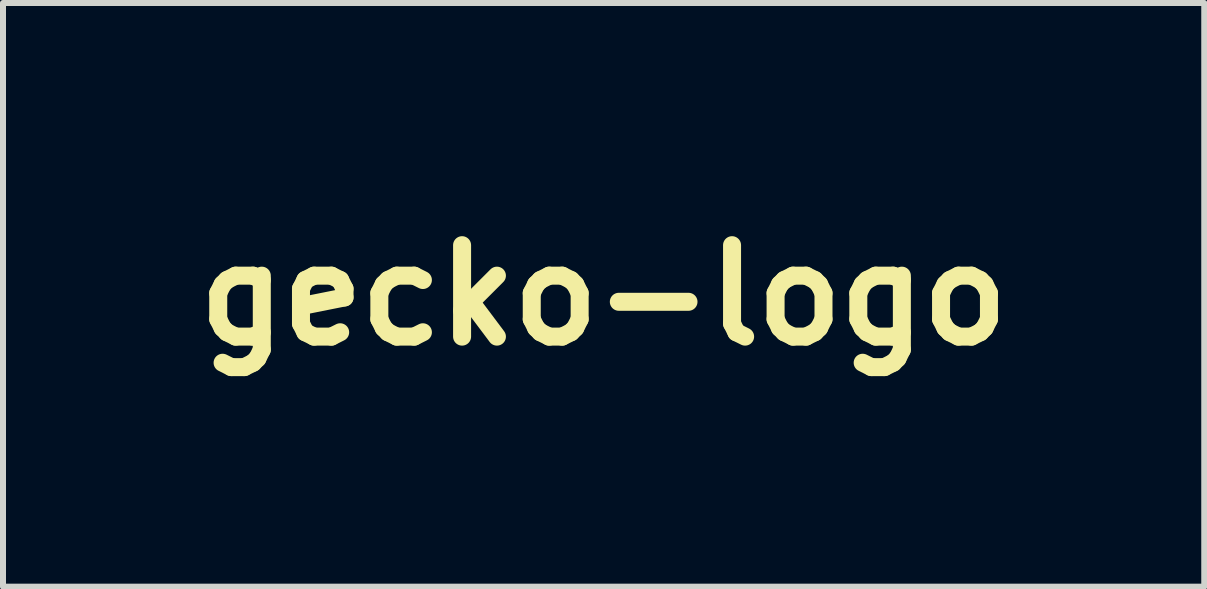
<source format=kicad_pcb>
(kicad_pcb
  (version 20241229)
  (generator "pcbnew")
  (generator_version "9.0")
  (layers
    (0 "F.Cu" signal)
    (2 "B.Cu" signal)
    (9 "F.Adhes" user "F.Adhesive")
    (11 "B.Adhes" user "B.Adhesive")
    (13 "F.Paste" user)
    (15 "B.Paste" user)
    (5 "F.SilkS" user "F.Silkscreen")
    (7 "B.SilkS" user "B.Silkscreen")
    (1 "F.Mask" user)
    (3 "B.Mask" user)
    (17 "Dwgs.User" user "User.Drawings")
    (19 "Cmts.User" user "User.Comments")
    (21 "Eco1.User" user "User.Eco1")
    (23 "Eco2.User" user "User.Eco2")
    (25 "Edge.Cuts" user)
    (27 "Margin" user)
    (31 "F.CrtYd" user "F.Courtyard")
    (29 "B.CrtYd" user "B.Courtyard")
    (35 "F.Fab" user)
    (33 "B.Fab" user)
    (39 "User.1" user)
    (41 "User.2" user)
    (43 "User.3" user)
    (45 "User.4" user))
  (footprint "gecko-logo"
    (layer "F.Cu")
    (at 7.01 1.871)
    (property "Reference" "gecko-logo" (at 0 0 0) (layer "F.SilkS") (effects (font (size 1.524 1.524) (thickness 0.3))))
    (attr through_hole)
    (fp_poly (pts (xy 0.601 -1.846) (xy 0.63 -1.801) (xy 0.661 -1.732) (xy 0.674 -1.697) (xy 0.697 -1.64) (xy 0.718 -1.594) (xy 0.735 -1.562) (xy 0.746 -1.549) (xy 0.746 -1.549) (xy 0.758 -1.538) (xy 0.762 -1.507) (xy 0.762 -1.505) (xy 0.767 -1.463) (xy 0.779 -1.418) (xy 0.782 -1.412) (xy 0.79 -1.388) (xy 0.794 -1.363) (xy 0.795 -1.332) (xy 0.791 -1.288) (xy 0.784 -1.226) (xy 0.783 -1.219) (xy 0.764 -1.075) (xy 0.905 -0.89) (xy 0.95 -0.831) (xy 0.989 -0.779) (xy 1.021 -0.738) (xy 1.042 -0.71) (xy 1.05 -0.7) (xy 1.064 -0.7) (xy 1.096 -0.707) (xy 1.139 -0.719) (xy 1.189 -0.734) (xy 1.239 -0.75) (xy 1.282 -0.765) (xy 1.314 -0.779) (xy 1.325 -0.786) (xy 1.346 -0.811) (xy 1.371 -0.852) (xy 1.396 -0.901) (xy 1.417 -0.949) (xy 1.432 -0.989) (xy 1.435 -1.01) (xy 1.443 -1.038) (xy 1.463 -1.052) (xy 1.486 -1.046) (xy 1.49 -1.043) (xy 1.498 -1.025) (xy 1.489 -1.003) (xy 1.479 -0.976) (xy 1.474 -0.935) (xy 1.473 -0.915) (xy 1.477 -0.872) (xy 1.49 -0.848) (xy 1.514 -0.843) (xy 1.551 -0.857) (xy 1.602 -0.888) (xy 1.647 -0.917) (xy 1.675 -0.933) (xy 1.692 -0.937) (xy 1.701 -0.931) (xy 1.707 -0.92) (xy 1.709 -0.892) (xy 1.689 -0.878) (xy 1.677 -0.876) (xy 1.654 -0.866) (xy 1.627 -0.841) (xy 1.601 -0.808) (xy 1.582 -0.776) (xy 1.577 -0.753) (xy 1.591 -0.734) (xy 1.619 -0.714) (xy 1.653 -0.697) (xy 1.686 -0.686) (xy 1.708 -0.686) (xy 1.71 -0.687) (xy 1.732 -0.693) (xy 1.754 -0.686) (xy 1.765 -0.669) (xy 1.765 -0.669) (xy 1.757 -0.639) (xy 1.736 -0.628) (xy 1.717 -0.634) (xy 1.685 -0.644) (xy 1.644 -0.648) (xy 1.603 -0.647) (xy 1.57 -0.64) (xy 1.554 -0.628) (xy 1.558 -0.608) (xy 1.576 -0.58) (xy 1.602 -0.55) (xy 1.63 -0.524) (xy 1.654 -0.509) (xy 1.661 -0.508) (xy 1.674 -0.499) (xy 1.674 -0.479) (xy 1.664 -0.459) (xy 1.647 -0.447) (xy 1.647 -0.447) (xy 1.625 -0.453) (xy 1.617 -0.467) (xy 1.603 -0.483) (xy 1.571 -0.506) (xy 1.528 -0.531) (xy 1.479 -0.555) (xy 1.43 -0.577) (xy 1.388 -0.591) (xy 1.359 -0.597) (xy 1.335 -0.595) (xy 1.292 -0.59) (xy 1.234 -0.583) (xy 1.169 -0.573) (xy 1.146 -0.57) (xy 1.081 -0.561) (xy 1.026 -0.553) (xy 0.985 -0.549) (xy 0.963 -0.547) (xy 0.961 -0.548) (xy 0.953 -0.56) (xy 0.934 -0.589) (xy 0.907 -0.632) (xy 0.875 -0.685) (xy 0.864 -0.702) (xy 0.83 -0.756) (xy 0.801 -0.8) (xy 0.78 -0.832) (xy 0.768 -0.847) (xy 0.767 -0.847) (xy 0.766 -0.834) (xy 0.767 -0.798) (xy 0.77 -0.745) (xy 0.773 -0.676) (xy 0.778 -0.595) (xy 0.782 -0.52) (xy 0.802 -0.197) (xy 0.674 0.049) (xy 0.637 0.121) (xy 0.605 0.187) (xy 0.58 0.242) (xy 0.562 0.282) (xy 0.555 0.306) (xy 0.555 0.309) (xy 0.565 0.323) (xy 0.587 0.355) (xy 0.62 0.401) (xy 0.661 0.458) (xy 0.708 0.522) (xy 0.733 0.556) (xy 0.782 0.624) (xy 0.825 0.684) (xy 0.861 0.735) (xy 0.888 0.773) (xy 0.903 0.795) (xy 0.905 0.799) (xy 0.896 0.81) (xy 0.87 0.832) (xy 0.828 0.865) (xy 0.775 0.907) (xy 0.712 0.954) (xy 0.679 0.977) (xy 0.613 1.026) (xy 0.554 1.07) (xy 0.505 1.107) (xy 0.47 1.135) (xy 0.45 1.151) (xy 0.448 1.154) (xy 0.455 1.167) (xy 0.478 1.189) (xy 0.513 1.214) (xy 0.552 1.239) (xy 0.59 1.26) (xy 0.616 1.271) (xy 0.662 1.28) (xy 0.728 1.284) (xy 0.794 1.284) (xy 0.855 1.282) (xy 0.896 1.278) (xy 0.923 1.271) (xy 0.942 1.26) (xy 0.948 1.256) (xy 0.968 1.239) (xy 0.983 1.24) (xy 0.996 1.252) (xy 1.01 1.276) (xy 1.01 1.292) (xy 1.004 1.311) (xy 1.003 1.315) (xy 0.992 1.319) (xy 0.966 1.321) (xy 0.965 1.321) (xy 0.931 1.327) (xy 0.888 1.341) (xy 0.862 1.353) (xy 0.826 1.374) (xy 0.807 1.39) (xy 0.802 1.408) (xy 0.802 1.419) (xy 0.811 1.443) (xy 0.832 1.465) (xy 0.873 1.49) (xy 0.877 1.493) (xy 0.92 1.516) (xy 0.959 1.533) (xy 0.981 1.541) (xy 1.011 1.557) (xy 1.023 1.582) (xy 1.015 1.608) (xy 0.99 1.624) (xy 0.964 1.621) (xy 0.947 1.602) (xy 0.947 1.602) (xy 0.934 1.586) (xy 0.906 1.574) (xy 0.857 1.562) (xy 0.856 1.562) (xy 0.811 1.554) (xy 0.784 1.552) (xy 0.768 1.557) (xy 0.756 1.569) (xy 0.755 1.57) (xy 0.743 1.59) (xy 0.738 1.612) (xy 0.739 1.644) (xy 0.745 1.693) (xy 0.754 1.733) (xy 0.768 1.753) (xy 0.776 1.757) (xy 0.793 1.766) (xy 0.791 1.787) (xy 0.789 1.793) (xy 0.771 1.82) (xy 0.747 1.827) (xy 0.725 1.815) (xy 0.716 1.795) (xy 0.706 1.762) (xy 0.689 1.719) (xy 0.678 1.694) (xy 0.656 1.652) (xy 0.635 1.63) (xy 0.617 1.623) (xy 0.599 1.621) (xy 0.586 1.628) (xy 0.576 1.649) (xy 0.563 1.689) (xy 0.56 1.697) (xy 0.549 1.743) (xy 0.542 1.782) (xy 0.543 1.805) (xy 0.541 1.833) (xy 0.523 1.849) (xy 0.498 1.852) (xy 0.476 1.838) (xy 0.471 1.83) (xy 0.465 1.806) (xy 0.478 1.789) (xy 0.487 1.778) (xy 0.492 1.76) (xy 0.493 1.729) (xy 0.492 1.681) (xy 0.489 1.639) (xy 0.486 1.589) (xy 0.481 1.548) (xy 0.473 1.514) (xy 0.46 1.481) (xy 0.44 1.445) (xy 0.41 1.402) (xy 0.368 1.348) (xy 0.313 1.279) (xy 0.307 1.273) (xy 0.276 1.235) (xy 0.252 1.205) (xy 0.236 1.181) (xy 0.23 1.16) (xy 0.236 1.138) (xy 0.254 1.112) (xy 0.285 1.079) (xy 0.331 1.036) (xy 0.394 0.98) (xy 0.437 0.941) (xy 0.613 0.781) (xy 0.508 0.683) (xy 0.465 0.644) (xy 0.43 0.612) (xy 0.405 0.591) (xy 0.395 0.584) (xy 0.386 0.595) (xy 0.366 0.622) (xy 0.339 0.662) (xy 0.318 0.695) (xy 0.259 0.778) (xy 0.184 0.867) (xy 0.101 0.953) (xy 0.015 1.031) (xy -0.053 1.084) (xy -0.122 1.128) (xy -0.206 1.173) (xy -0.294 1.216) (xy -0.38 1.251) (xy -0.451 1.274) (xy -0.537 1.293) (xy -0.633 1.307) (xy -0.731 1.316) (xy -0.821 1.318) (xy -0.864 1.316) (xy -1.016 1.291) (xy -1.163 1.242) (xy -1.302 1.171) (xy -1.431 1.079) (xy -1.549 0.967) (xy -1.654 0.837) (xy -1.714 0.743) (xy -1.743 0.692) (xy -1.708 0.737) (xy -1.665 0.786) (xy -1.609 0.844) (xy -1.547 0.904) (xy -1.484 0.962) (xy -1.426 1.012) (xy -1.377 1.048) (xy -1.372 1.052) (xy -1.245 1.121) (xy -1.112 1.169) (xy -0.976 1.196) (xy -0.841 1.201) (xy -0.71 1.183) (xy -0.669 1.172) (xy -0.589 1.144) (xy -0.499 1.104) (xy -0.407 1.057) (xy -0.324 1.007) (xy -0.304 0.994) (xy -0.235 0.944) (xy -0.174 0.891) (xy -0.117 0.832) (xy -0.06 0.763) (xy -0.002 0.681) (xy 0.061 0.582) (xy 0.108 0.502) (xy 0.182 0.376) (xy 0.063 0.265) (xy 0.018 0.225) (xy -0.02 0.193) (xy -0.047 0.174) (xy -0.06 0.168) (xy -0.061 0.169) (xy -0.063 0.187) (xy -0.067 0.225) (xy -0.073 0.277) (xy -0.079 0.339) (xy -0.08 0.348) (xy -0.095 0.512) (xy -0.299 0.316) (xy -0.368 0.249) (xy -0.422 0.199) (xy -0.464 0.162) (xy -0.497 0.136) (xy -0.523 0.119) (xy -0.547 0.108) (xy -0.563 0.102) (xy -0.609 0.094) (xy -0.665 0.091) (xy -0.726 0.092) (xy -0.783 0.097) (xy -0.83 0.106) (xy -0.86 0.118) (xy -0.863 0.12) (xy -0.884 0.133) (xy -0.904 0.125) (xy -0.907 0.123) (xy -0.925 0.099) (xy -0.922 0.074) (xy -0.901 0.059) (xy -0.888 0.057) (xy -0.858 0.051) (xy -0.818 0.038) (xy -0.776 0.021) (xy -0.74 0.003) (xy -0.719 -0.012) (xy -0.717 -0.013) (xy -0.712 -0.044) (xy -0.731 -0.075) (xy -0.776 -0.109) (xy -0.803 -0.123) (xy -0.846 -0.145) (xy -0.883 -0.162) (xy -0.905 -0.17) (xy -0.923 -0.187) (xy -0.926 -0.213) (xy -0.912 -0.239) (xy -0.886 -0.253) (xy -0.865 -0.245) (xy -0.858 -0.23) (xy -0.842 -0.212) (xy -0.805 -0.196) (xy -0.771 -0.186) (xy -0.728 -0.176) (xy -0.702 -0.172) (xy -0.685 -0.176) (xy -0.67 -0.188) (xy -0.667 -0.191) (xy -0.651 -0.222) (xy -0.644 -0.267) (xy -0.648 -0.314) (xy -0.661 -0.354) (xy -0.674 -0.37) (xy -0.696 -0.4) (xy -0.694 -0.429) (xy -0.685 -0.44) (xy -0.662 -0.449) (xy -0.638 -0.444) (xy -0.623 -0.426) (xy -0.622 -0.421) (xy -0.617 -0.399) (xy -0.605 -0.362) (xy -0.588 -0.321) (xy -0.568 -0.278) (xy -0.552 -0.254) (xy -0.536 -0.243) (xy -0.52 -0.241) (xy -0.501 -0.244) (xy -0.487 -0.256) (xy -0.475 -0.282) (xy -0.464 -0.317) (xy -0.453 -0.361) (xy -0.447 -0.399) (xy -0.448 -0.418) (xy -0.445 -0.445) (xy -0.426 -0.462) (xy -0.401 -0.463) (xy -0.383 -0.452) (xy -0.369 -0.431) (xy -0.376 -0.409) (xy -0.378 -0.406) (xy -0.386 -0.38) (xy -0.391 -0.331) (xy -0.394 -0.265) (xy -0.394 -0.25) (xy -0.394 -0.118) (xy -0.296 0.018) (xy -0.26 0.068) (xy -0.233 0.104) (xy -0.213 0.124) (xy -0.199 0.127) (xy -0.189 0.112) (xy -0.181 0.077) (xy -0.173 0.02) (xy -0.163 -0.06) (xy -0.159 -0.098) (xy -0.151 -0.165) (xy -0.143 -0.222) (xy -0.136 -0.264) (xy -0.13 -0.288) (xy -0.128 -0.292) (xy -0.117 -0.284) (xy -0.09 -0.261) (xy -0.05 -0.226) (xy 0.000122 -0.182) (xy 0.057 -0.131) (xy 0.069 -0.12) (xy 0.126 -0.069) (xy 0.177 -0.024) (xy 0.218 0.013) (xy 0.247 0.037) (xy 0.26 0.047) (xy 0.261 0.048) (xy 0.261 0.035) (xy 0.26 0.001) (xy 0.258 -0.049) (xy 0.254 -0.11) (xy 0.253 -0.133) (xy 0.249 -0.202) (xy 0.248 -0.267) (xy 0.249 -0.334) (xy 0.252 -0.41) (xy 0.258 -0.499) (xy 0.267 -0.607) (xy 0.267 -0.608) (xy 0.274 -0.692) (xy 0.28 -0.767) (xy 0.285 -0.83) (xy 0.288 -0.876) (xy 0.289 -0.904) (xy 0.289 -0.909) (xy 0.277 -0.905) (xy 0.247 -0.89) (xy 0.204 -0.867) (xy 0.152 -0.839) (xy 0.148 -0.836) (xy 0.095 -0.807) (xy 0.052 -0.784) (xy 0.021 -0.769) (xy 0.008 -0.764) (xy 0.008 -0.764) (xy -0.013 -0.79) (xy -0.045 -0.828) (xy -0.085 -0.875) (xy -0.13 -0.926) (xy -0.177 -0.979) (xy -0.222 -1.029) (xy -0.263 -1.073) (xy -0.295 -1.108) (xy -0.316 -1.128) (xy -0.321 -1.132) (xy -0.364 -1.152) (xy -0.414 -1.17) (xy -0.465 -1.185) (xy -0.509 -1.194) (xy -0.539 -1.196) (xy -0.546 -1.194) (xy -0.571 -1.192) (xy -0.59 -1.207) (xy -0.594 -1.232) (xy -0.593 -1.237) (xy -0.584 -1.247) (xy -0.563 -1.251) (xy -0.525 -1.25) (xy -0.492 -1.248) (xy -0.443 -1.245) (xy -0.415 -1.245) (xy -0.4 -1.251) (xy -0.392 -1.262) (xy -0.39 -1.271) (xy -0.389 -1.299) (xy -0.402 -1.331) (xy -0.432 -1.37) (xy -0.465 -1.404) (xy -0.494 -1.439) (xy -0.502 -1.466) (xy -0.491 -1.482) (xy -0.47 -1.486) (xy -0.449 -1.477) (xy -0.444 -1.464) (xy -0.434 -1.443) (xy -0.407 -1.419) (xy -0.372 -1.396) (xy -0.336 -1.381) (xy -0.308 -1.377) (xy -0.306 -1.378) (xy -0.286 -1.395) (xy -0.268 -1.429) (xy -0.257 -1.469) (xy -0.254 -1.506) (xy -0.259 -1.527) (xy -0.265 -1.551) (xy -0.258 -1.563) (xy -0.235 -1.573) (xy -0.214 -1.563) (xy -0.205 -1.539) (xy -0.205 -1.534) (xy -0.206 -1.504) (xy -0.206 -1.462) (xy -0.205 -1.44) (xy -0.202 -1.399) (xy -0.194 -1.378) (xy -0.18 -1.368) (xy -0.179 -1.368) (xy -0.156 -1.374) (xy -0.128 -1.396) (xy -0.1 -1.429) (xy -0.078 -1.466) (xy -0.071 -1.484) (xy -0.055 -1.506) (xy -0.034 -1.509) (xy -0.011 -1.497) (xy -0.003 -1.478) (xy -0.012 -1.46) (xy -0.022 -1.455) (xy -0.037 -1.44) (xy -0.054 -1.407) (xy -0.073 -1.361) (xy -0.091 -1.31) (xy -0.105 -1.26) (xy -0.113 -1.216) (xy -0.114 -1.199) (xy -0.106 -1.167) (xy -0.084 -1.119) (xy -0.048 -1.058) (xy -0.044 -1.052) (xy 0.027 -0.941) (xy 0.163 -1.012) (xy 0.216 -1.041) (xy 0.261 -1.065) (xy 0.293 -1.083) (xy 0.308 -1.092) (xy 0.308 -1.092) (xy 0.311 -1.107) (xy 0.311 -1.142) (xy 0.31 -1.191) (xy 0.307 -1.238) (xy 0.302 -1.302) (xy 0.301 -1.347) (xy 0.303 -1.379) (xy 0.31 -1.406) (xy 0.319 -1.428) (xy 0.334 -1.47) (xy 0.342 -1.511) (xy 0.343 -1.52) (xy 0.349 -1.553) (xy 0.363 -1.564) (xy 0.376 -1.577) (xy 0.397 -1.609) (xy 0.422 -1.655) (xy 0.445 -1.702) (xy 0.484 -1.78) (xy 0.517 -1.833) (xy 0.547 -1.862) (xy 0.574 -1.866) (xy 0.601 -1.846)) (stroke (width 0.01) (type solid)) (fill yes) (layer "F.Mask")))
  (gr_rect
    (start -3 -3)
    (end 17.021 6.728)
    (stroke (width 0.1) (type default))
    (fill no)
    (layer "Edge.Cuts")))
</source>
